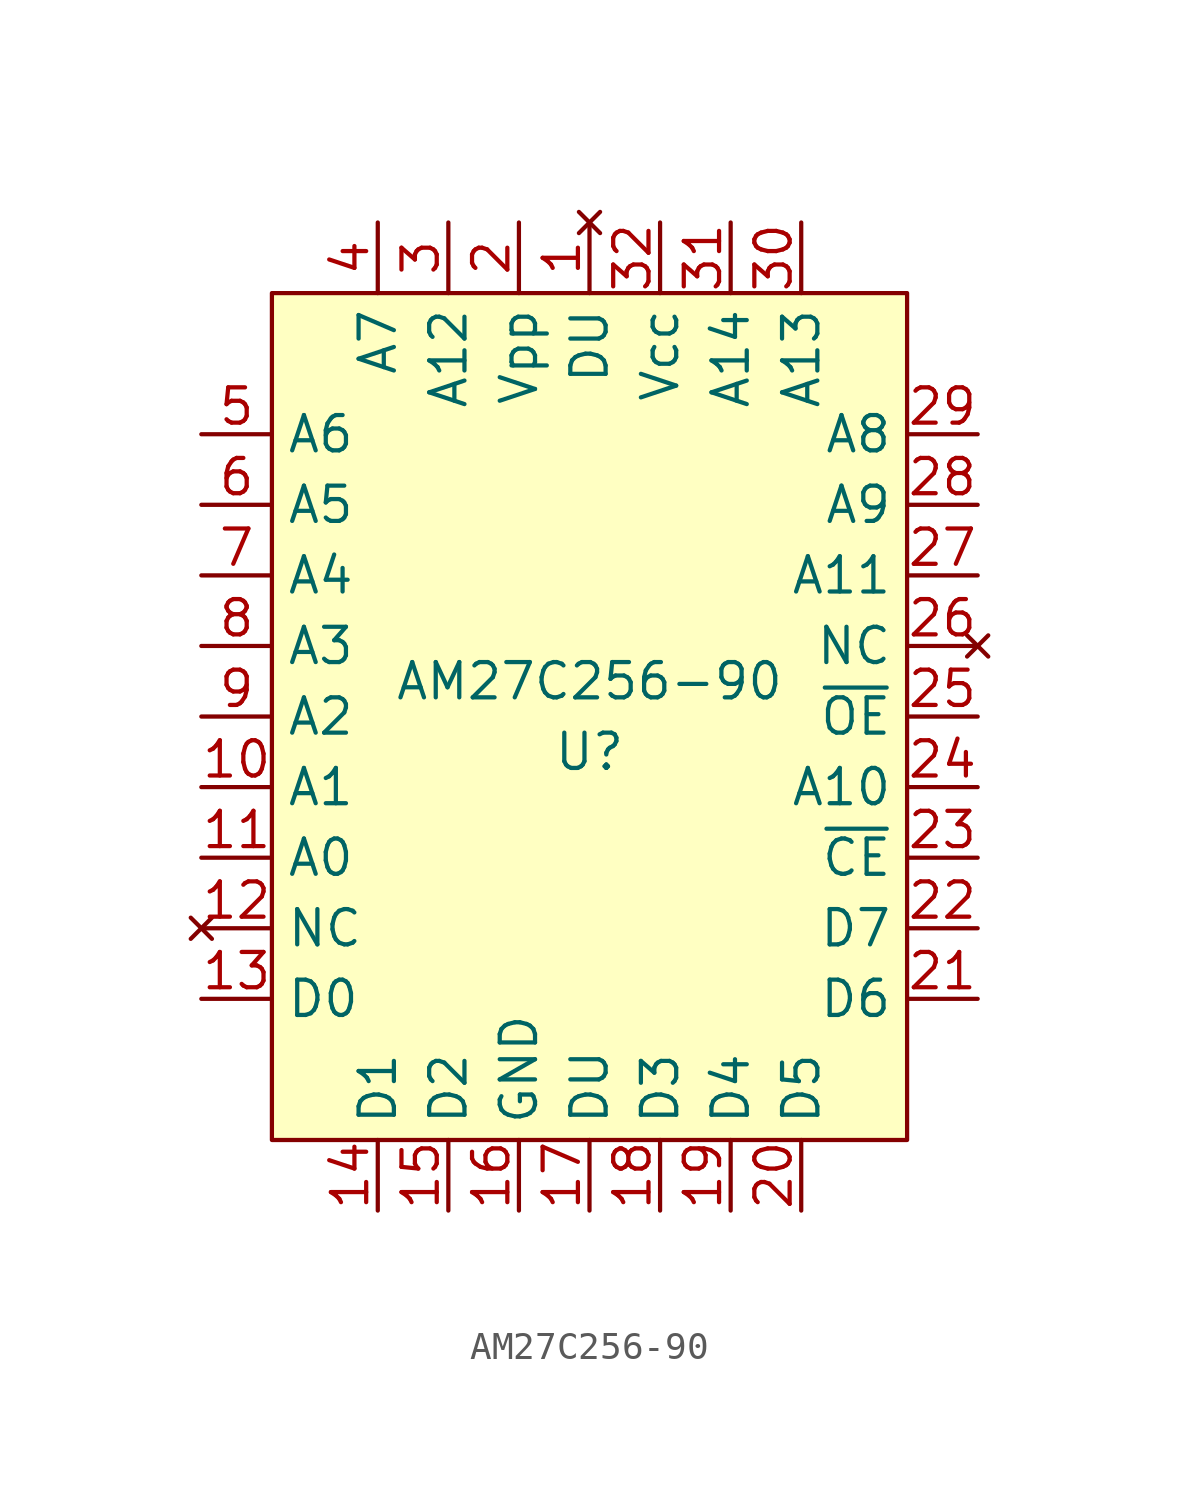
<source format=kicad_sym>
(kicad_symbol_lib
  (version 20211014)
  (generator kicad_symbol_editor)
  (symbol "AM27C256-90"
    (property "Reference" "U"
      (at 0 -1.27 0)
      (effects (font (size 1.27 1.27))))
    (property "Value" "AM27C256-90"
      (at 0 1.27 0)
      (effects (font (size 1.27 1.27))))
    (symbol "AM27C256-90_0_1"
      (rectangle (start -11.43 15.24) (end 11.43 -15.24) (stroke (width 0) (type default) (color 0 0 0 0)) (fill (type background))))
    (symbol "AM27C256-90_1_1"
      (pin no_connect line (at 0 17.78 270) (length 2.54) (name "DU" (effects (font (size 1.27 1.27)))) (number "1" (effects (font (size 1.27 1.27)))))
      (pin input line (at -13.97 -2.54 0) (length 2.54) (name "A1" (effects (font (size 1.27 1.27)))) (number "10" (effects (font (size 1.27 1.27)))))
      (pin input line (at -13.97 -5.08 0) (length 2.54) (name "A0" (effects (font (size 1.27 1.27)))) (number "11" (effects (font (size 1.27 1.27)))))
      (pin no_connect line (at -13.97 -7.62 0) (length 2.54) (name "NC" (effects (font (size 1.27 1.27)))) (number "12" (effects (font (size 1.27 1.27)))))
      (pin bidirectional line (at -13.97 -10.16 0) (length 2.54) (name "D0" (effects (font (size 1.27 1.27)))) (number "13" (effects (font (size 1.27 1.27)))))
      (pin bidirectional line (at -7.62 -17.78 90) (length 2.54) (name "D1" (effects (font (size 1.27 1.27)))) (number "14" (effects (font (size 1.27 1.27)))))
      (pin bidirectional line (at -5.08 -17.78 90) (length 2.54) (name "D2" (effects (font (size 1.27 1.27)))) (number "15" (effects (font (size 1.27 1.27)))))
      (pin power_in line (at -2.54 -17.78 90) (length 2.54) (name "GND" (effects (font (size 1.27 1.27)))) (number "16" (effects (font (size 1.27 1.27)))))
      (pin input line (at 0 -17.78 90) (length 2.54) (name "DU" (effects (font (size 1.27 1.27)))) (number "17" (effects (font (size 1.27 1.27)))))
      (pin bidirectional line (at 2.54 -17.78 90) (length 2.54) (name "D3" (effects (font (size 1.27 1.27)))) (number "18" (effects (font (size 1.27 1.27)))))
      (pin bidirectional line (at 5.08 -17.78 90) (length 2.54) (name "D4" (effects (font (size 1.27 1.27)))) (number "19" (effects (font (size 1.27 1.27)))))
      (pin power_in line (at -2.54 17.78 270) (length 2.54) (name "Vpp" (effects (font (size 1.27 1.27)))) (number "2" (effects (font (size 1.27 1.27)))))
      (pin bidirectional line (at 7.62 -17.78 90) (length 2.54) (name "D5" (effects (font (size 1.27 1.27)))) (number "20" (effects (font (size 1.27 1.27)))))
      (pin bidirectional line (at 13.97 -10.16 180) (length 2.54) (name "D6" (effects (font (size 1.27 1.27)))) (number "21" (effects (font (size 1.27 1.27)))))
      (pin bidirectional line (at 13.97 -7.62 180) (length 2.54) (name "D7" (effects (font (size 1.27 1.27)))) (number "22" (effects (font (size 1.27 1.27)))))
      (pin input line (at 13.97 -5.08 180) (length 2.54) (name "~{CE}" (effects (font (size 1.27 1.27)))) (number "23" (effects (font (size 1.27 1.27)))))
      (pin input line (at 13.97 -2.54 180) (length 2.54) (name "A10" (effects (font (size 1.27 1.27)))) (number "24" (effects (font (size 1.27 1.27)))))
      (pin input line (at 13.97 0 180) (length 2.54) (name "~{OE}" (effects (font (size 1.27 1.27)))) (number "25" (effects (font (size 1.27 1.27)))))
      (pin no_connect line (at 13.97 2.54 180) (length 2.54) (name "NC" (effects (font (size 1.27 1.27)))) (number "26" (effects (font (size 1.27 1.27)))))
      (pin input line (at 13.97 5.08 180) (length 2.54) (name "A11" (effects (font (size 1.27 1.27)))) (number "27" (effects (font (size 1.27 1.27)))))
      (pin input line (at 13.97 7.62 180) (length 2.54) (name "A9" (effects (font (size 1.27 1.27)))) (number "28" (effects (font (size 1.27 1.27)))))
      (pin input line (at 13.97 10.16 180) (length 2.54) (name "A8" (effects (font (size 1.27 1.27)))) (number "29" (effects (font (size 1.27 1.27)))))
      (pin input line (at -5.08 17.78 270) (length 2.54) (name "A12" (effects (font (size 1.27 1.27)))) (number "3" (effects (font (size 1.27 1.27)))))
      (pin input line (at 7.62 17.78 270) (length 2.54) (name "A13" (effects (font (size 1.27 1.27)))) (number "30" (effects (font (size 1.27 1.27)))))
      (pin input line (at 5.08 17.78 270) (length 2.54) (name "A14" (effects (font (size 1.27 1.27)))) (number "31" (effects (font (size 1.27 1.27)))))
      (pin power_in line (at 2.54 17.78 270) (length 2.54) (name "Vcc" (effects (font (size 1.27 1.27)))) (number "32" (effects (font (size 1.27 1.27)))))
      (pin input line (at -7.62 17.78 270) (length 2.54) (name "A7" (effects (font (size 1.27 1.27)))) (number "4" (effects (font (size 1.27 1.27)))))
      (pin input line (at -13.97 10.16 0) (length 2.54) (name "A6" (effects (font (size 1.27 1.27)))) (number "5" (effects (font (size 1.27 1.27)))))
      (pin input line (at -13.97 7.62 0) (length 2.54) (name "A5" (effects (font (size 1.27 1.27)))) (number "6" (effects (font (size 1.27 1.27)))))
      (pin input line (at -13.97 5.08 0) (length 2.54) (name "A4" (effects (font (size 1.27 1.27)))) (number "7" (effects (font (size 1.27 1.27)))))
      (pin input line (at -13.97 2.54 0) (length 2.54) (name "A3" (effects (font (size 1.27 1.27)))) (number "8" (effects (font (size 1.27 1.27)))))
      (pin input line (at -13.97 0 0) (length 2.54) (name "A2" (effects (font (size 1.27 1.27)))) (number "9" (effects (font (size 1.27 1.27))))))))
</source>
